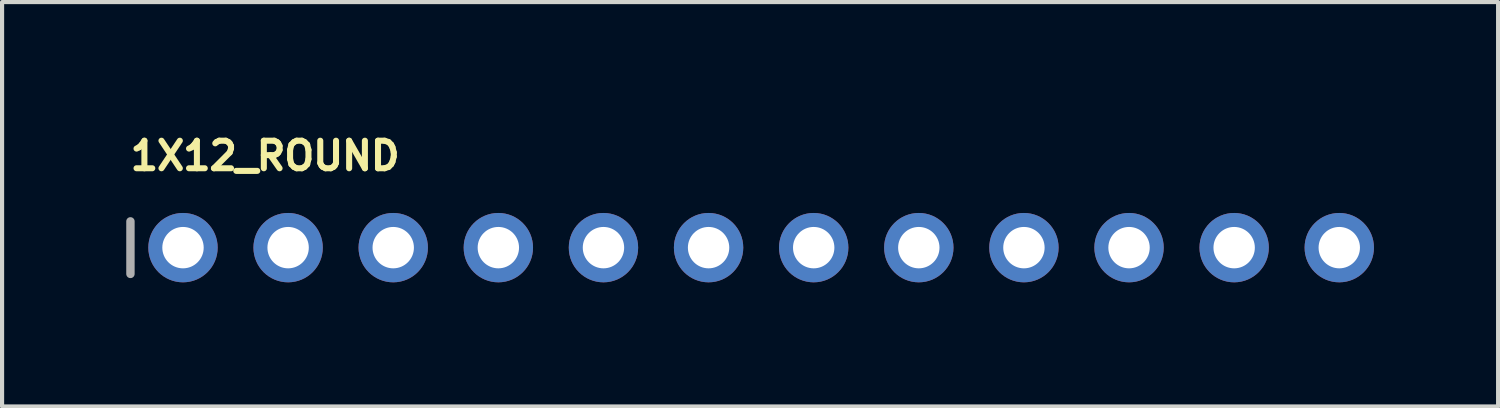
<source format=kicad_pcb>
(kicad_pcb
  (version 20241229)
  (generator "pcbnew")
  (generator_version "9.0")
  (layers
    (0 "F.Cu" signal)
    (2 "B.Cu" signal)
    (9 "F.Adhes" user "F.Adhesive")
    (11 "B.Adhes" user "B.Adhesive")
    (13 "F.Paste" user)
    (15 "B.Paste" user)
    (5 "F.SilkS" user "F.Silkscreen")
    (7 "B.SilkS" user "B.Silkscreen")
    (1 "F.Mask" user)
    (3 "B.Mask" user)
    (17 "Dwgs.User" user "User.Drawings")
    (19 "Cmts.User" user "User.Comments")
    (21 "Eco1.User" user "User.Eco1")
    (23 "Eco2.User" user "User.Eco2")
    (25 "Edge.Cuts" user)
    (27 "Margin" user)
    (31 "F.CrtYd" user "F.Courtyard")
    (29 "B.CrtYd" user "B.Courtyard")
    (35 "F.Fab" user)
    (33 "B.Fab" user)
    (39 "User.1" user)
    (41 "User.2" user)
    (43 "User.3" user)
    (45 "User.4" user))
  (footprint "1X12_ROUND"
    (layer "F.Cu")
    (at 15.342 2.934)
    (property "Reference" "1X12_ROUND" (at -15.316 -1.829 0) (unlocked yes) (layer "F.SilkS") (effects (font (size 0.666 0.666) (thickness 0.146)) (justify left bottom)))
    (fp_line (start -15.24 -0.635) (end -15.24 0.635) (stroke (width 0.203) (type solid)) (layer "F.Fab"))
    (fp_poly (pts (xy -14.224 0.254) (xy -13.716 0.254) (xy -13.716 -0.254) (xy -14.224 -0.254)) (stroke (width 0.1) (type default)) (fill no) (layer "F.Fab"))
    (fp_poly (pts (xy -11.684 0.254) (xy -11.176 0.254) (xy -11.176 -0.254) (xy -11.684 -0.254)) (stroke (width 0.1) (type default)) (fill no) (layer "F.Fab"))
    (fp_poly (pts (xy -9.144 0.254) (xy -8.636 0.254) (xy -8.636 -0.254) (xy -9.144 -0.254)) (stroke (width 0.1) (type default)) (fill no) (layer "F.Fab"))
    (fp_poly (pts (xy -6.604 0.254) (xy -6.096 0.254) (xy -6.096 -0.254) (xy -6.604 -0.254)) (stroke (width 0.1) (type default)) (fill no) (layer "F.Fab"))
    (fp_poly (pts (xy -4.064 0.254) (xy -3.556 0.254) (xy -3.556 -0.254) (xy -4.064 -0.254)) (stroke (width 0.1) (type default)) (fill no) (layer "F.Fab"))
    (fp_poly (pts (xy -1.524 0.254) (xy -1.016 0.254) (xy -1.016 -0.254) (xy -1.524 -0.254)) (stroke (width 0.1) (type default)) (fill no) (layer "F.Fab"))
    (fp_poly (pts (xy 1.016 0.254) (xy 1.524 0.254) (xy 1.524 -0.254) (xy 1.016 -0.254)) (stroke (width 0.1) (type default)) (fill no) (layer "F.Fab"))
    (fp_poly (pts (xy 3.556 0.254) (xy 4.064 0.254) (xy 4.064 -0.254) (xy 3.556 -0.254)) (stroke (width 0.1) (type default)) (fill no) (layer "F.Fab"))
    (fp_poly (pts (xy 6.096 0.254) (xy 6.604 0.254) (xy 6.604 -0.254) (xy 6.096 -0.254)) (stroke (width 0.1) (type default)) (fill no) (layer "F.Fab"))
    (fp_poly (pts (xy 8.636 0.254) (xy 9.144 0.254) (xy 9.144 -0.254) (xy 8.636 -0.254)) (stroke (width 0.1) (type default)) (fill no) (layer "F.Fab"))
    (fp_poly (pts (xy 11.176 0.254) (xy 11.684 0.254) (xy 11.684 -0.254) (xy 11.176 -0.254)) (stroke (width 0.1) (type default)) (fill no) (layer "F.Fab"))
    (fp_poly (pts (xy 13.716 0.254) (xy 14.224 0.254) (xy 14.224 -0.254) (xy 13.716 -0.254)) (stroke (width 0.1) (type default)) (fill no) (layer "F.Fab"))
    (pad "1" thru_hole circle (at -13.97 0 90) (size 1.676 1.676) (drill 1) (layers "*.Cu" "*.Mask"))
    (pad "2" thru_hole circle (at -11.43 0 90) (size 1.676 1.676) (drill 1) (layers "*.Cu" "*.Mask"))
    (pad "3" thru_hole circle (at -8.89 0 90) (size 1.676 1.676) (drill 1) (layers "*.Cu" "*.Mask"))
    (pad "4" thru_hole circle (at -6.35 0 90) (size 1.676 1.676) (drill 1) (layers "*.Cu" "*.Mask"))
    (pad "5" thru_hole circle (at -3.81 0 90) (size 1.676 1.676) (drill 1) (layers "*.Cu" "*.Mask"))
    (pad "6" thru_hole circle (at -1.27 0 90) (size 1.676 1.676) (drill 1) (layers "*.Cu" "*.Mask"))
    (pad "7" thru_hole circle (at 1.27 0 90) (size 1.676 1.676) (drill 1) (layers "*.Cu" "*.Mask"))
    (pad "8" thru_hole circle (at 3.81 0 90) (size 1.676 1.676) (drill 1) (layers "*.Cu" "*.Mask"))
    (pad "9" thru_hole circle (at 6.35 0 90) (size 1.676 1.676) (drill 1) (layers "*.Cu" "*.Mask"))
    (pad "10" thru_hole circle (at 8.89 0 90) (size 1.676 1.676) (drill 1) (layers "*.Cu" "*.Mask"))
    (pad "11" thru_hole circle (at 11.43 0 90) (size 1.676 1.676) (drill 1) (layers "*.Cu" "*.Mask"))
    (pad "12" thru_hole circle (at 13.97 0 90) (size 1.676 1.676) (drill 1) (layers "*.Cu" "*.Mask")))
  (gr_rect
    (start -3 -3)
    (end 33.15 6.772)
    (stroke (width 0.1) (type default))
    (fill no)
    (layer "Edge.Cuts")))
</source>
